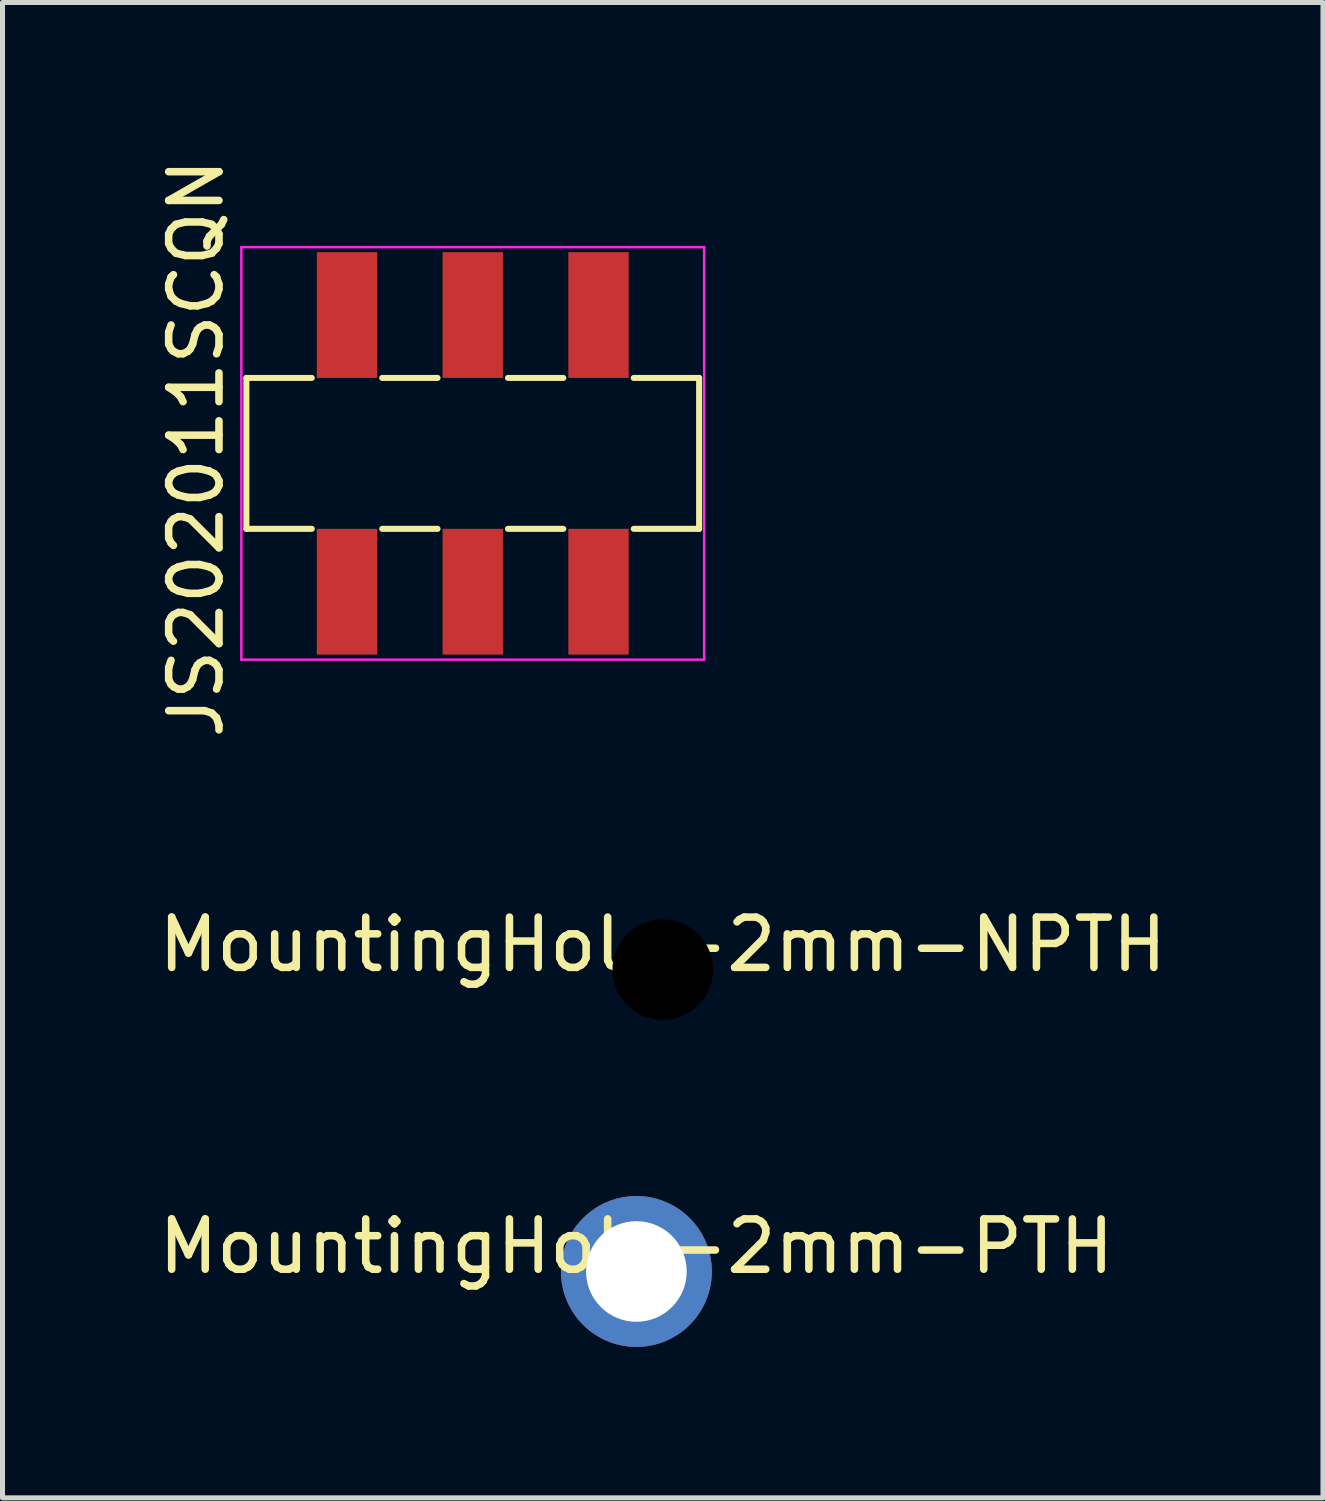
<source format=kicad_pcb>
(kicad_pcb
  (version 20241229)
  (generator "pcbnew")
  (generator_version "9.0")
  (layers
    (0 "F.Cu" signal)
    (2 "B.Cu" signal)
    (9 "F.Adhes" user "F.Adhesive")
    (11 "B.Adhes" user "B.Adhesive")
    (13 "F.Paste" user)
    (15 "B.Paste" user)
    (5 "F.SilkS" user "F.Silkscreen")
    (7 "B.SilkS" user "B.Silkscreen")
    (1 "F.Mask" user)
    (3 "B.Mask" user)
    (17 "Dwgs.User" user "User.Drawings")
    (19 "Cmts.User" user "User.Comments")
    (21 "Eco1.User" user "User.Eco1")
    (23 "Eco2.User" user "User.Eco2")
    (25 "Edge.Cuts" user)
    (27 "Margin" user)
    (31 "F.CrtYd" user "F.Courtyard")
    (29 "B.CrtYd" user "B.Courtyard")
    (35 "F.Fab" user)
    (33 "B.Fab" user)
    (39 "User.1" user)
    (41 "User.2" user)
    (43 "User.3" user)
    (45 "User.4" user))
  (footprint "MountingHole-2mm-NPTH"
    (layer "F.Cu")
    (at 10.125 16.226)
    (property "Reference" "MountingHole-2mm-NPTH" (at 0 -0.5 0) (unlocked yes) (layer "F.SilkS") (effects (font (size 1 1) (thickness 0.15))))
    (attr through_hole)
    (pad "" np_thru_hole circle (at 0 0) (size 3 3) (drill 2) (layers "*.Mask")))
  (footprint "JS202011SCQN"
    (layer "F.Cu")
    (at 6.348 5.963)
    (property "Reference" "JS202011SCQN" (at -5.5 -0.1 90) (layer "F.SilkS") (effects (font (size 1 1) (thickness 0.15))))
    (fp_line (start -4.5 -1.5) (end -4.5 1.5) (stroke (width 0.12) (type solid)) (layer "F.SilkS"))
    (fp_line (start -4.5 -1.5) (end -3.2 -1.5) (stroke (width 0.12) (type solid)) (layer "F.SilkS"))
    (fp_line (start -4.5 1.5) (end -3.2 1.5) (stroke (width 0.12) (type solid)) (layer "F.SilkS"))
    (fp_line (start -1.8 -1.5) (end -0.7 -1.5) (stroke (width 0.12) (type solid)) (layer "F.SilkS"))
    (fp_line (start -1.8 1.5) (end -0.7 1.5) (stroke (width 0.12) (type solid)) (layer "F.SilkS"))
    (fp_line (start 0.7 -1.5) (end 1.8 -1.5) (stroke (width 0.12) (type solid)) (layer "F.SilkS"))
    (fp_line (start 0.7 1.5) (end 1.8 1.5) (stroke (width 0.12) (type solid)) (layer "F.SilkS"))
    (fp_line (start 3.2 -1.5) (end 4.5 -1.5) (stroke (width 0.12) (type solid)) (layer "F.SilkS"))
    (fp_line (start 3.2 1.5) (end 4.5 1.5) (stroke (width 0.12) (type solid)) (layer "F.SilkS"))
    (fp_line (start 4.5 -1.5) (end 4.5 1.5) (stroke (width 0.12) (type solid)) (layer "F.SilkS"))
    (fp_line (start -4.6 -4.1) (end 4.6 -4.1) (stroke (width 0.05) (type solid)) (layer "F.CrtYd"))
    (fp_line (start -4.6 4.1) (end -4.6 -4.1) (stroke (width 0.05) (type solid)) (layer "F.CrtYd"))
    (fp_line (start 4.6 -4.1) (end 4.6 4.1) (stroke (width 0.05) (type solid)) (layer "F.CrtYd"))
    (fp_line (start 4.6 4.1) (end -4.6 4.1) (stroke (width 0.05) (type solid)) (layer "F.CrtYd"))
    (pad "1" smd rect (at -2.5 2.75) (size 1.2 2.5) (layers "F.Cu" "F.Mask" "F.Paste"))
    (pad "2" smd rect (at 0 2.75) (size 1.2 2.5) (layers "F.Cu" "F.Mask" "F.Paste"))
    (pad "3" smd rect (at 2.5 2.75) (size 1.2 2.5) (layers "F.Cu" "F.Mask" "F.Paste"))
    (pad "4" smd rect (at -2.5 -2.75) (size 1.2 2.5) (layers "F.Cu" "F.Mask" "F.Paste"))
    (pad "5" smd rect (at 0 -2.75) (size 1.2 2.5) (layers "F.Cu" "F.Mask" "F.Paste"))
    (pad "6" smd rect (at 2.5 -2.75) (size 1.2 2.5) (layers "F.Cu" "F.Mask" "F.Paste")))
  (footprint "MountingHole-2mm-PTH"
    (layer "F.Cu")
    (at 9.601 22.226)
    (property "Reference" "MountingHole-2mm-PTH" (at 0 -0.5 0) (unlocked yes) (layer "F.SilkS") (effects (font (size 1 1) (thickness 0.15))))
    (attr through_hole)
    (pad "" thru_hole circle (at 0 0) (size 3 3) (drill 2) (layers "*.Cu" "*.Mask")))
  (gr_rect
    (start -3 -3)
    (end 23.25 26.726)
    (stroke (width 0.1) (type default))
    (fill no)
    (layer "Edge.Cuts")))
</source>
